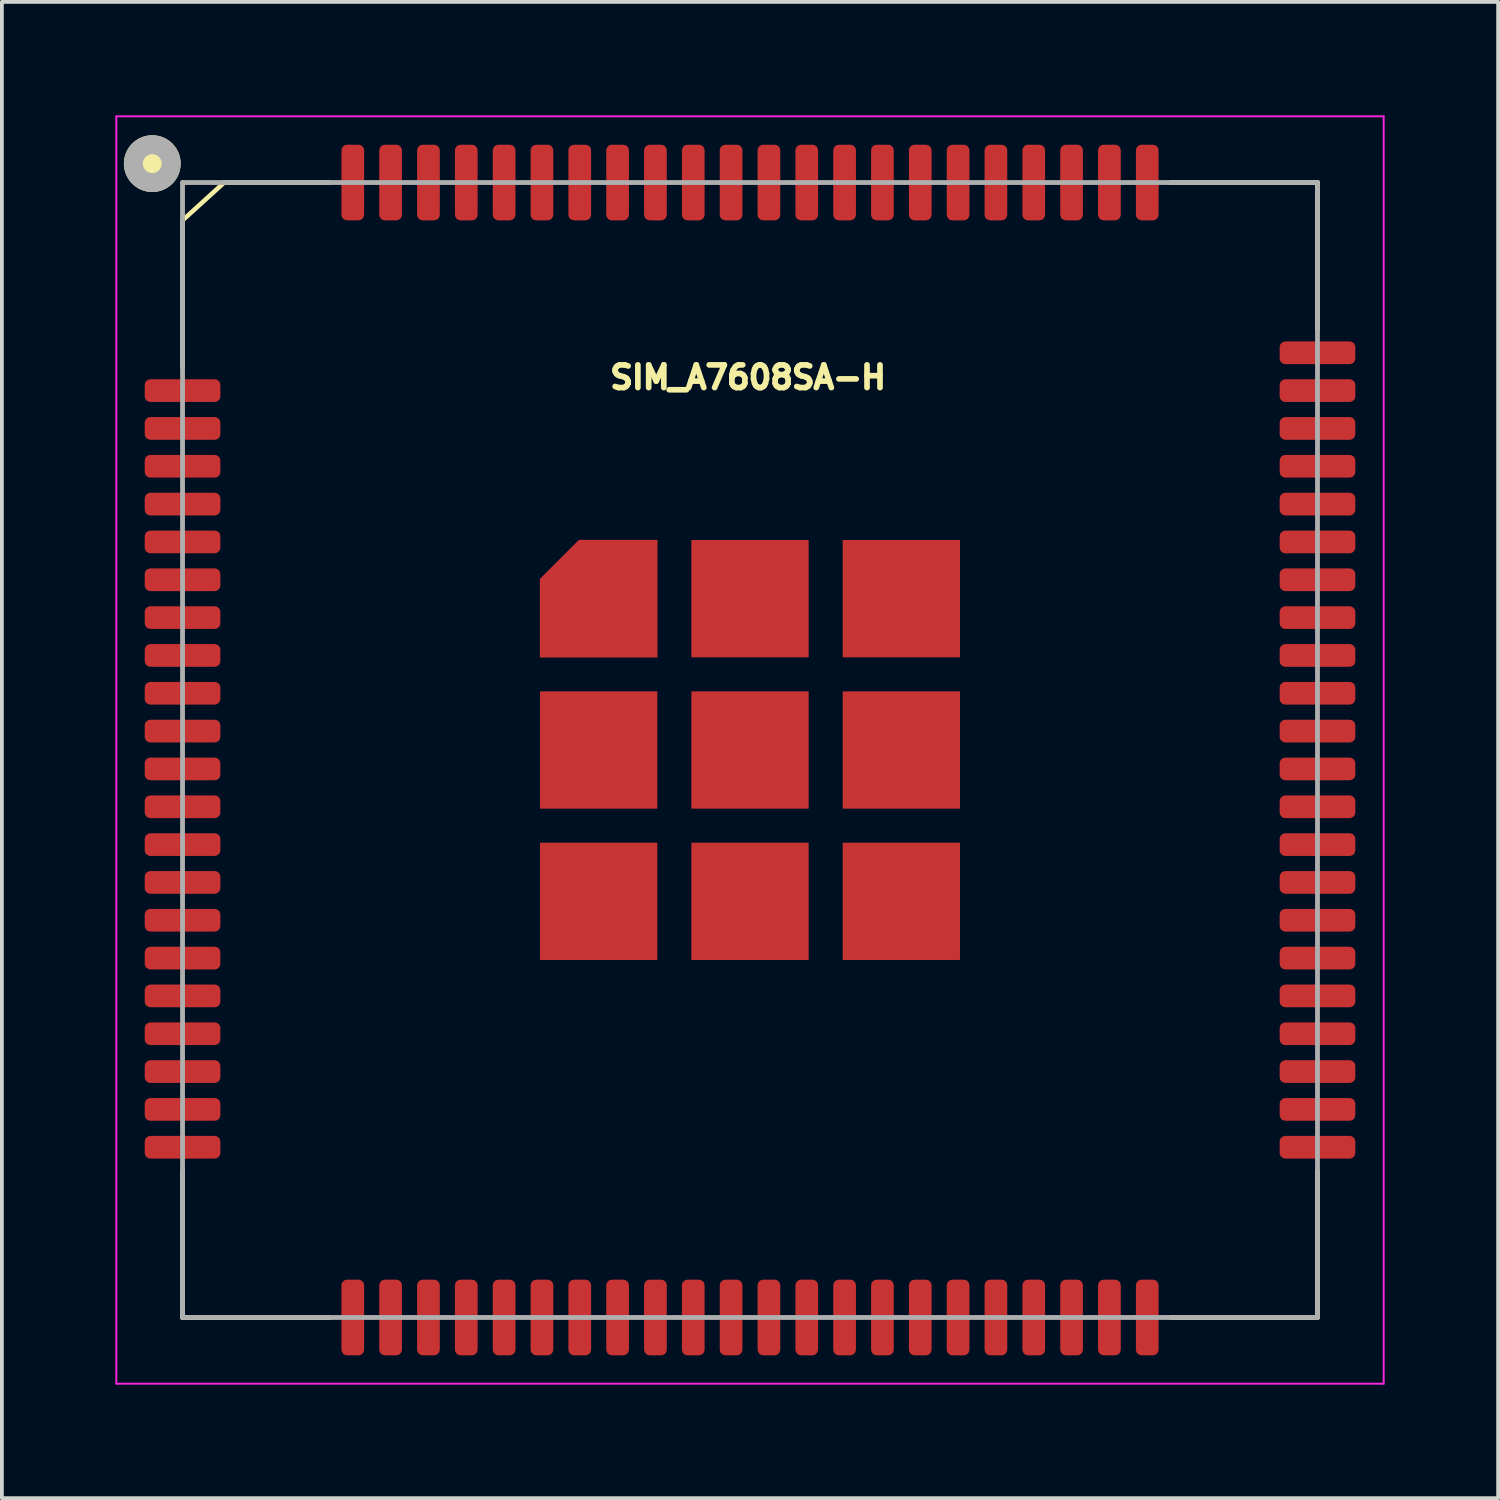
<source format=kicad_pcb>
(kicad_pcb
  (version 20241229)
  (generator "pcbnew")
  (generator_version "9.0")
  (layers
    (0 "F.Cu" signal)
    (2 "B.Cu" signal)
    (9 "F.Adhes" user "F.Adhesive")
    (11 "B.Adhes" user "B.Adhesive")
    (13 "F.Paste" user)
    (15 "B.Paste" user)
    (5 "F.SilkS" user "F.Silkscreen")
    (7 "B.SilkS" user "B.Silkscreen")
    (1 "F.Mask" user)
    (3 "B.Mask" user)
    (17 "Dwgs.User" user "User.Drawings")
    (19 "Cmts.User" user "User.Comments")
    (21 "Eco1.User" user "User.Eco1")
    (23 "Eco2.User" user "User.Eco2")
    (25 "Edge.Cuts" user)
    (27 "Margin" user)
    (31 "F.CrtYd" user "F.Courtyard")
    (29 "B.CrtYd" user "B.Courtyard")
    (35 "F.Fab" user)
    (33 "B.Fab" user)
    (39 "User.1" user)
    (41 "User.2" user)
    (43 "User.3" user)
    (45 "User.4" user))
  (footprint "SIM_A7608SA-H"
    (layer "F.Cu")
    (at 16.775 16.775)
    (property "Reference" "SIM_A7608SA-H" (at -0.05 -9.85 0) (layer "F.SilkS") (effects (font (size 0.6 0.6) (thickness 0.15))))
    (attr smd)
    (fp_line (start -15 -10.12) (end -15 -14) (stroke (width 0.127) (type solid)) (layer "F.SilkS"))
    (fp_line (start -15 15) (end -15 11.12) (stroke (width 0.127) (type solid)) (layer "F.SilkS"))
    (fp_line (start -13.9 -15) (end -15 -14) (stroke (width 0.12) (type solid)) (layer "F.SilkS"))
    (fp_line (start -13.9 -15) (end -11.12 -15) (stroke (width 0.127) (type solid)) (layer "F.SilkS"))
    (fp_line (start -11.12 15) (end -15 15) (stroke (width 0.127) (type solid)) (layer "F.SilkS"))
    (fp_line (start 11.12 -15) (end 15 -15) (stroke (width 0.127) (type solid)) (layer "F.SilkS"))
    (fp_line (start 15 -15) (end 15 -11.12) (stroke (width 0.127) (type solid)) (layer "F.SilkS"))
    (fp_line (start 15 15) (end 11.12 15) (stroke (width 0.127) (type solid)) (layer "F.SilkS"))
    (fp_line (start 15 15) (end 15 11.12) (stroke (width 0.127) (type solid)) (layer "F.SilkS"))
    (fp_circle (center -15.8 -15.5) (end -15.3 -15.5) (stroke (width 0.5) (type solid)) (fill yes) (layer "F.SilkS"))
    (fp_poly (pts (xy -16.5 -9.75) (xy -14 -9.75) (xy -14 -9.25) (xy -16.5 -9.25)) (stroke (width 0.01) (type solid)) (fill yes) (layer "F.Paste"))
    (fp_poly (pts (xy -16.5 -8.75) (xy -14 -8.75) (xy -14 -8.25) (xy -16.5 -8.25)) (stroke (width 0.01) (type solid)) (fill yes) (layer "F.Paste"))
    (fp_poly (pts (xy -16.5 -7.75) (xy -14 -7.75) (xy -14 -7.25) (xy -16.5 -7.25)) (stroke (width 0.01) (type solid)) (fill yes) (layer "F.Paste"))
    (fp_poly (pts (xy -16.5 -6.75) (xy -14 -6.75) (xy -14 -6.25) (xy -16.5 -6.25)) (stroke (width 0.01) (type solid)) (fill yes) (layer "F.Paste"))
    (fp_poly (pts (xy -16.5 -5.75) (xy -14 -5.75) (xy -14 -5.25) (xy -16.5 -5.25)) (stroke (width 0.01) (type solid)) (fill yes) (layer "F.Paste"))
    (fp_poly (pts (xy -16.5 -4.75) (xy -14 -4.75) (xy -14 -4.25) (xy -16.5 -4.25)) (stroke (width 0.01) (type solid)) (fill yes) (layer "F.Paste"))
    (fp_poly (pts (xy -16.5 -3.75) (xy -14 -3.75) (xy -14 -3.25) (xy -16.5 -3.25)) (stroke (width 0.01) (type solid)) (fill yes) (layer "F.Paste"))
    (fp_poly (pts (xy -16.5 -2.75) (xy -14 -2.75) (xy -14 -2.25) (xy -16.5 -2.25)) (stroke (width 0.01) (type solid)) (fill yes) (layer "F.Paste"))
    (fp_poly (pts (xy -16.5 -1.75) (xy -14 -1.75) (xy -14 -1.25) (xy -16.5 -1.25)) (stroke (width 0.01) (type solid)) (fill yes) (layer "F.Paste"))
    (fp_poly (pts (xy -16.5 -0.75) (xy -14 -0.75) (xy -14 -0.25) (xy -16.5 -0.25)) (stroke (width 0.01) (type solid)) (fill yes) (layer "F.Paste"))
    (fp_poly (pts (xy -16.5 0.25) (xy -14 0.25) (xy -14 0.75) (xy -16.5 0.75)) (stroke (width 0.01) (type solid)) (fill yes) (layer "F.Paste"))
    (fp_poly (pts (xy -16.5 1.25) (xy -14 1.25) (xy -14 1.75) (xy -16.5 1.75)) (stroke (width 0.01) (type solid)) (fill yes) (layer "F.Paste"))
    (fp_poly (pts (xy -16.5 2.25) (xy -14 2.25) (xy -14 2.75) (xy -16.5 2.75)) (stroke (width 0.01) (type solid)) (fill yes) (layer "F.Paste"))
    (fp_poly (pts (xy -16.5 3.25) (xy -14 3.25) (xy -14 3.75) (xy -16.5 3.75)) (stroke (width 0.01) (type solid)) (fill yes) (layer "F.Paste"))
    (fp_poly (pts (xy -16.5 4.25) (xy -14 4.25) (xy -14 4.75) (xy -16.5 4.75)) (stroke (width 0.01) (type solid)) (fill yes) (layer "F.Paste"))
    (fp_poly (pts (xy -16.5 5.25) (xy -14 5.25) (xy -14 5.75) (xy -16.5 5.75)) (stroke (width 0.01) (type solid)) (fill yes) (layer "F.Paste"))
    (fp_poly (pts (xy -16.5 6.25) (xy -14 6.25) (xy -14 6.75) (xy -16.5 6.75)) (stroke (width 0.01) (type solid)) (fill yes) (layer "F.Paste"))
    (fp_poly (pts (xy -16.5 7.25) (xy -14 7.25) (xy -14 7.75) (xy -16.5 7.75)) (stroke (width 0.01) (type solid)) (fill yes) (layer "F.Paste"))
    (fp_poly (pts (xy -16.5 8.25) (xy -14 8.25) (xy -14 8.75) (xy -16.5 8.75)) (stroke (width 0.01) (type solid)) (fill yes) (layer "F.Paste"))
    (fp_poly (pts (xy -16.5 9.25) (xy -14 9.25) (xy -14 9.75) (xy -16.5 9.75)) (stroke (width 0.01) (type solid)) (fill yes) (layer "F.Paste"))
    (fp_poly (pts (xy -16.5 10.25) (xy -14 10.25) (xy -14 10.75) (xy -16.5 10.75)) (stroke (width 0.01) (type solid)) (fill yes) (layer "F.Paste"))
    (fp_poly (pts (xy -10.75 -16.5) (xy -10.25 -16.5) (xy -10.25 -14) (xy -10.75 -14)) (stroke (width 0.01) (type solid)) (fill yes) (layer "F.Paste"))
    (fp_poly (pts (xy -10.75 14) (xy -10.25 14) (xy -10.25 16.5) (xy -10.75 16.5)) (stroke (width 0.01) (type solid)) (fill yes) (layer "F.Paste"))
    (fp_poly (pts (xy -9.75 -16.5) (xy -9.25 -16.5) (xy -9.25 -14) (xy -9.75 -14)) (stroke (width 0.01) (type solid)) (fill yes) (layer "F.Paste"))
    (fp_poly (pts (xy -9.75 14) (xy -9.25 14) (xy -9.25 16.5) (xy -9.75 16.5)) (stroke (width 0.01) (type solid)) (fill yes) (layer "F.Paste"))
    (fp_poly (pts (xy -8.75 -16.5) (xy -8.25 -16.5) (xy -8.25 -14) (xy -8.75 -14)) (stroke (width 0.01) (type solid)) (fill yes) (layer "F.Paste"))
    (fp_poly (pts (xy -8.75 14) (xy -8.25 14) (xy -8.25 16.5) (xy -8.75 16.5)) (stroke (width 0.01) (type solid)) (fill yes) (layer "F.Paste"))
    (fp_poly (pts (xy -7.75 -16.5) (xy -7.25 -16.5) (xy -7.25 -14) (xy -7.75 -14)) (stroke (width 0.01) (type solid)) (fill yes) (layer "F.Paste"))
    (fp_poly (pts (xy -7.75 14) (xy -7.25 14) (xy -7.25 16.5) (xy -7.75 16.5)) (stroke (width 0.01) (type solid)) (fill yes) (layer "F.Paste"))
    (fp_poly (pts (xy -6.75 -16.5) (xy -6.25 -16.5) (xy -6.25 -14) (xy -6.75 -14)) (stroke (width 0.01) (type solid)) (fill yes) (layer "F.Paste"))
    (fp_poly (pts (xy -6.75 14) (xy -6.25 14) (xy -6.25 16.5) (xy -6.75 16.5)) (stroke (width 0.01) (type solid)) (fill yes) (layer "F.Paste"))
    (fp_poly (pts (xy -5.75 -16.5) (xy -5.25 -16.5) (xy -5.25 -14) (xy -5.75 -14)) (stroke (width 0.01) (type solid)) (fill yes) (layer "F.Paste"))
    (fp_poly (pts (xy -5.75 14) (xy -5.25 14) (xy -5.25 16.5) (xy -5.75 16.5)) (stroke (width 0.01) (type solid)) (fill yes) (layer "F.Paste"))
    (fp_poly (pts (xy -5.2 -1.2) (xy -4.1 -1.2) (xy -4.1 -0.1) (xy -5.2 -0.1)) (stroke (width 0.01) (type solid)) (fill yes) (layer "F.Paste"))
    (fp_poly (pts (xy -5.2 0.1) (xy -4.1 0.1) (xy -4.1 1.2) (xy -5.2 1.2)) (stroke (width 0.01) (type solid)) (fill yes) (layer "F.Paste"))
    (fp_poly (pts (xy -5.2 2.8) (xy -4.1 2.8) (xy -4.1 3.9) (xy -5.2 3.9)) (stroke (width 0.01) (type solid)) (fill yes) (layer "F.Paste"))
    (fp_poly (pts (xy -5.2 4.1) (xy -4.1 4.1) (xy -4.1 5.2) (xy -5.2 5.2)) (stroke (width 0.01) (type solid)) (fill yes) (layer "F.Paste"))
    (fp_poly (pts (xy -4.75 -16.5) (xy -4.25 -16.5) (xy -4.25 -14) (xy -4.75 -14)) (stroke (width 0.01) (type solid)) (fill yes) (layer "F.Paste"))
    (fp_poly (pts (xy -4.75 14) (xy -4.25 14) (xy -4.25 16.5) (xy -4.75 16.5)) (stroke (width 0.01) (type solid)) (fill yes) (layer "F.Paste"))
    (fp_poly (pts (xy -3.9 -1.2) (xy -2.8 -1.2) (xy -2.8 -0.1) (xy -3.9 -0.1)) (stroke (width 0.01) (type solid)) (fill yes) (layer "F.Paste"))
    (fp_poly (pts (xy -3.9 0.1) (xy -2.8 0.1) (xy -2.8 1.2) (xy -3.9 1.2)) (stroke (width 0.01) (type solid)) (fill yes) (layer "F.Paste"))
    (fp_poly (pts (xy -3.9 2.8) (xy -2.8 2.8) (xy -2.8 3.9) (xy -3.9 3.9)) (stroke (width 0.01) (type solid)) (fill yes) (layer "F.Paste"))
    (fp_poly (pts (xy -3.9 4.1) (xy -2.8 4.1) (xy -2.8 5.2) (xy -3.9 5.2)) (stroke (width 0.01) (type solid)) (fill yes) (layer "F.Paste"))
    (fp_poly (pts (xy -3.75 -16.5) (xy -3.25 -16.5) (xy -3.25 -14) (xy -3.75 -14)) (stroke (width 0.01) (type solid)) (fill yes) (layer "F.Paste"))
    (fp_poly (pts (xy -3.75 14) (xy -3.25 14) (xy -3.25 16.5) (xy -3.75 16.5)) (stroke (width 0.01) (type solid)) (fill yes) (layer "F.Paste"))
    (fp_poly (pts (xy -2.75 -16.5) (xy -2.25 -16.5) (xy -2.25 -14) (xy -2.75 -14)) (stroke (width 0.01) (type solid)) (fill yes) (layer "F.Paste"))
    (fp_poly (pts (xy -2.75 14) (xy -2.25 14) (xy -2.25 16.5) (xy -2.75 16.5)) (stroke (width 0.01) (type solid)) (fill yes) (layer "F.Paste"))
    (fp_poly (pts (xy -1.75 -16.5) (xy -1.25 -16.5) (xy -1.25 -14) (xy -1.75 -14)) (stroke (width 0.01) (type solid)) (fill yes) (layer "F.Paste"))
    (fp_poly (pts (xy -1.75 14) (xy -1.25 14) (xy -1.25 16.5) (xy -1.75 16.5)) (stroke (width 0.01) (type solid)) (fill yes) (layer "F.Paste"))
    (fp_poly (pts (xy -1.2 -5.2) (xy -0.1 -5.2) (xy -0.1 -4.1) (xy -1.2 -4.1)) (stroke (width 0.01) (type solid)) (fill yes) (layer "F.Paste"))
    (fp_poly (pts (xy -1.2 -3.9) (xy -0.1 -3.9) (xy -0.1 -2.8) (xy -1.2 -2.8)) (stroke (width 0.01) (type solid)) (fill yes) (layer "F.Paste"))
    (fp_poly (pts (xy -1.2 -1.2) (xy -0.1 -1.2) (xy -0.1 -0.1) (xy -1.2 -0.1)) (stroke (width 0.01) (type solid)) (fill yes) (layer "F.Paste"))
    (fp_poly (pts (xy -1.2 0.1) (xy -0.1 0.1) (xy -0.1 1.2) (xy -1.2 1.2)) (stroke (width 0.01) (type solid)) (fill yes) (layer "F.Paste"))
    (fp_poly (pts (xy -1.2 2.8) (xy -0.1 2.8) (xy -0.1 3.9) (xy -1.2 3.9)) (stroke (width 0.01) (type solid)) (fill yes) (layer "F.Paste"))
    (fp_poly (pts (xy -1.2 4.1) (xy -0.1 4.1) (xy -0.1 5.2) (xy -1.2 5.2)) (stroke (width 0.01) (type solid)) (fill yes) (layer "F.Paste"))
    (fp_poly (pts (xy -0.75 -16.5) (xy -0.25 -16.5) (xy -0.25 -14) (xy -0.75 -14)) (stroke (width 0.01) (type solid)) (fill yes) (layer "F.Paste"))
    (fp_poly (pts (xy -0.75 14) (xy -0.25 14) (xy -0.25 16.5) (xy -0.75 16.5)) (stroke (width 0.01) (type solid)) (fill yes) (layer "F.Paste"))
    (fp_poly (pts (xy 0.1 -5.2) (xy 1.2 -5.2) (xy 1.2 -4.1) (xy 0.1 -4.1)) (stroke (width 0.01) (type solid)) (fill yes) (layer "F.Paste"))
    (fp_poly (pts (xy 0.1 -3.9) (xy 1.2 -3.9) (xy 1.2 -2.8) (xy 0.1 -2.8)) (stroke (width 0.01) (type solid)) (fill yes) (layer "F.Paste"))
    (fp_poly (pts (xy 0.1 -1.2) (xy 1.2 -1.2) (xy 1.2 -0.1) (xy 0.1 -0.1)) (stroke (width 0.01) (type solid)) (fill yes) (layer "F.Paste"))
    (fp_poly (pts (xy 0.1 0.1) (xy 1.2 0.1) (xy 1.2 1.2) (xy 0.1 1.2)) (stroke (width 0.01) (type solid)) (fill yes) (layer "F.Paste"))
    (fp_poly (pts (xy 0.1 2.8) (xy 1.2 2.8) (xy 1.2 3.9) (xy 0.1 3.9)) (stroke (width 0.01) (type solid)) (fill yes) (layer "F.Paste"))
    (fp_poly (pts (xy 0.1 4.1) (xy 1.2 4.1) (xy 1.2 5.2) (xy 0.1 5.2)) (stroke (width 0.01) (type solid)) (fill yes) (layer "F.Paste"))
    (fp_poly (pts (xy 0.25 -16.5) (xy 0.75 -16.5) (xy 0.75 -14) (xy 0.25 -14)) (stroke (width 0.01) (type solid)) (fill yes) (layer "F.Paste"))
    (fp_poly (pts (xy 0.25 14) (xy 0.75 14) (xy 0.75 16.5) (xy 0.25 16.5)) (stroke (width 0.01) (type solid)) (fill yes) (layer "F.Paste"))
    (fp_poly (pts (xy 1.25 -16.5) (xy 1.75 -16.5) (xy 1.75 -14) (xy 1.25 -14)) (stroke (width 0.01) (type solid)) (fill yes) (layer "F.Paste"))
    (fp_poly (pts (xy 1.25 14) (xy 1.75 14) (xy 1.75 16.5) (xy 1.25 16.5)) (stroke (width 0.01) (type solid)) (fill yes) (layer "F.Paste"))
    (fp_poly (pts (xy 2.25 -16.5) (xy 2.75 -16.5) (xy 2.75 -14) (xy 2.25 -14)) (stroke (width 0.01) (type solid)) (fill yes) (layer "F.Paste"))
    (fp_poly (pts (xy 2.25 14) (xy 2.75 14) (xy 2.75 16.5) (xy 2.25 16.5)) (stroke (width 0.01) (type solid)) (fill yes) (layer "F.Paste"))
    (fp_poly (pts (xy 2.8 -5.2) (xy 3.9 -5.2) (xy 3.9 -4.1) (xy 2.8 -4.1)) (stroke (width 0.01) (type solid)) (fill yes) (layer "F.Paste"))
    (fp_poly (pts (xy 2.8 -3.9) (xy 3.9 -3.9) (xy 3.9 -2.8) (xy 2.8 -2.8)) (stroke (width 0.01) (type solid)) (fill yes) (layer "F.Paste"))
    (fp_poly (pts (xy 2.8 -1.2) (xy 3.9 -1.2) (xy 3.9 -0.1) (xy 2.8 -0.1)) (stroke (width 0.01) (type solid)) (fill yes) (layer "F.Paste"))
    (fp_poly (pts (xy 2.8 0.1) (xy 3.9 0.1) (xy 3.9 1.2) (xy 2.8 1.2)) (stroke (width 0.01) (type solid)) (fill yes) (layer "F.Paste"))
    (fp_poly (pts (xy 2.8 2.8) (xy 3.9 2.8) (xy 3.9 3.9) (xy 2.8 3.9)) (stroke (width 0.01) (type solid)) (fill yes) (layer "F.Paste"))
    (fp_poly (pts (xy 2.8 4.1) (xy 3.9 4.1) (xy 3.9 5.2) (xy 2.8 5.2)) (stroke (width 0.01) (type solid)) (fill yes) (layer "F.Paste"))
    (fp_poly (pts (xy 3.25 -16.5) (xy 3.75 -16.5) (xy 3.75 -14) (xy 3.25 -14)) (stroke (width 0.01) (type solid)) (fill yes) (layer "F.Paste"))
    (fp_poly (pts (xy 3.25 14) (xy 3.75 14) (xy 3.75 16.5) (xy 3.25 16.5)) (stroke (width 0.01) (type solid)) (fill yes) (layer "F.Paste"))
    (fp_poly (pts (xy 4.1 -5.2) (xy 5.2 -5.2) (xy 5.2 -4.1) (xy 4.1 -4.1)) (stroke (width 0.01) (type solid)) (fill yes) (layer "F.Paste"))
    (fp_poly (pts (xy 4.1 -3.9) (xy 5.2 -3.9) (xy 5.2 -2.8) (xy 4.1 -2.8)) (stroke (width 0.01) (type solid)) (fill yes) (layer "F.Paste"))
    (fp_poly (pts (xy 4.1 -1.2) (xy 5.2 -1.2) (xy 5.2 -0.1) (xy 4.1 -0.1)) (stroke (width 0.01) (type solid)) (fill yes) (layer "F.Paste"))
    (fp_poly (pts (xy 4.1 0.1) (xy 5.2 0.1) (xy 5.2 1.2) (xy 4.1 1.2)) (stroke (width 0.01) (type solid)) (fill yes) (layer "F.Paste"))
    (fp_poly (pts (xy 4.1 2.8) (xy 5.2 2.8) (xy 5.2 3.9) (xy 4.1 3.9)) (stroke (width 0.01) (type solid)) (fill yes) (layer "F.Paste"))
    (fp_poly (pts (xy 4.1 4.1) (xy 5.2 4.1) (xy 5.2 5.2) (xy 4.1 5.2)) (stroke (width 0.01) (type solid)) (fill yes) (layer "F.Paste"))
    (fp_poly (pts (xy 4.25 -16.5) (xy 4.75 -16.5) (xy 4.75 -14) (xy 4.25 -14)) (stroke (width 0.01) (type solid)) (fill yes) (layer "F.Paste"))
    (fp_poly (pts (xy 4.25 14) (xy 4.75 14) (xy 4.75 16.5) (xy 4.25 16.5)) (stroke (width 0.01) (type solid)) (fill yes) (layer "F.Paste"))
    (fp_poly (pts (xy 5.25 -16.5) (xy 5.75 -16.5) (xy 5.75 -14) (xy 5.25 -14)) (stroke (width 0.01) (type solid)) (fill yes) (layer "F.Paste"))
    (fp_poly (pts (xy 5.25 14) (xy 5.75 14) (xy 5.75 16.5) (xy 5.25 16.5)) (stroke (width 0.01) (type solid)) (fill yes) (layer "F.Paste"))
    (fp_poly (pts (xy 6.25 -16.5) (xy 6.75 -16.5) (xy 6.75 -14) (xy 6.25 -14)) (stroke (width 0.01) (type solid)) (fill yes) (layer "F.Paste"))
    (fp_poly (pts (xy 6.25 14) (xy 6.75 14) (xy 6.75 16.5) (xy 6.25 16.5)) (stroke (width 0.01) (type solid)) (fill yes) (layer "F.Paste"))
    (fp_poly (pts (xy 7.25 -16.5) (xy 7.75 -16.5) (xy 7.75 -14) (xy 7.25 -14)) (stroke (width 0.01) (type solid)) (fill yes) (layer "F.Paste"))
    (fp_poly (pts (xy 7.25 14) (xy 7.75 14) (xy 7.75 16.5) (xy 7.25 16.5)) (stroke (width 0.01) (type solid)) (fill yes) (layer "F.Paste"))
    (fp_poly (pts (xy 8.25 -16.5) (xy 8.75 -16.5) (xy 8.75 -14) (xy 8.25 -14)) (stroke (width 0.01) (type solid)) (fill yes) (layer "F.Paste"))
    (fp_poly (pts (xy 8.25 14) (xy 8.75 14) (xy 8.75 16.5) (xy 8.25 16.5)) (stroke (width 0.01) (type solid)) (fill yes) (layer "F.Paste"))
    (fp_poly (pts (xy 9.25 -16.5) (xy 9.75 -16.5) (xy 9.75 -14) (xy 9.25 -14)) (stroke (width 0.01) (type solid)) (fill yes) (layer "F.Paste"))
    (fp_poly (pts (xy 9.25 14) (xy 9.75 14) (xy 9.75 16.5) (xy 9.25 16.5)) (stroke (width 0.01) (type solid)) (fill yes) (layer "F.Paste"))
    (fp_poly (pts (xy 10.25 -16.5) (xy 10.75 -16.5) (xy 10.75 -14) (xy 10.25 -14)) (stroke (width 0.01) (type solid)) (fill yes) (layer "F.Paste"))
    (fp_poly (pts (xy 10.25 14) (xy 10.75 14) (xy 10.75 16.5) (xy 10.25 16.5)) (stroke (width 0.01) (type solid)) (fill yes) (layer "F.Paste"))
    (fp_poly (pts (xy 14 -10.75) (xy 16.5 -10.75) (xy 16.5 -10.25) (xy 14 -10.25)) (stroke (width 0.01) (type solid)) (fill yes) (layer "F.Paste"))
    (fp_poly (pts (xy 14 -9.75) (xy 16.5 -9.75) (xy 16.5 -9.25) (xy 14 -9.25)) (stroke (width 0.01) (type solid)) (fill yes) (layer "F.Paste"))
    (fp_poly (pts (xy 14 -8.75) (xy 16.5 -8.75) (xy 16.5 -8.25) (xy 14 -8.25)) (stroke (width 0.01) (type solid)) (fill yes) (layer "F.Paste"))
    (fp_poly (pts (xy 14 -7.75) (xy 16.5 -7.75) (xy 16.5 -7.25) (xy 14 -7.25)) (stroke (width 0.01) (type solid)) (fill yes) (layer "F.Paste"))
    (fp_poly (pts (xy 14 -6.75) (xy 16.5 -6.75) (xy 16.5 -6.25) (xy 14 -6.25)) (stroke (width 0.01) (type solid)) (fill yes) (layer "F.Paste"))
    (fp_poly (pts (xy 14 -5.75) (xy 16.5 -5.75) (xy 16.5 -5.25) (xy 14 -5.25)) (stroke (width 0.01) (type solid)) (fill yes) (layer "F.Paste"))
    (fp_poly (pts (xy 14 -4.75) (xy 16.5 -4.75) (xy 16.5 -4.25) (xy 14 -4.25)) (stroke (width 0.01) (type solid)) (fill yes) (layer "F.Paste"))
    (fp_poly (pts (xy 14 -3.75) (xy 16.5 -3.75) (xy 16.5 -3.25) (xy 14 -3.25)) (stroke (width 0.01) (type solid)) (fill yes) (layer "F.Paste"))
    (fp_poly (pts (xy 14 -2.75) (xy 16.5 -2.75) (xy 16.5 -2.25) (xy 14 -2.25)) (stroke (width 0.01) (type solid)) (fill yes) (layer "F.Paste"))
    (fp_poly (pts (xy 14 -1.75) (xy 16.5 -1.75) (xy 16.5 -1.25) (xy 14 -1.25)) (stroke (width 0.01) (type solid)) (fill yes) (layer "F.Paste"))
    (fp_poly (pts (xy 14 -0.75) (xy 16.5 -0.75) (xy 16.5 -0.25) (xy 14 -0.25)) (stroke (width 0.01) (type solid)) (fill yes) (layer "F.Paste"))
    (fp_poly (pts (xy 14 0.25) (xy 16.5 0.25) (xy 16.5 0.75) (xy 14 0.75)) (stroke (width 0.01) (type solid)) (fill yes) (layer "F.Paste"))
    (fp_poly (pts (xy 14 1.25) (xy 16.5 1.25) (xy 16.5 1.75) (xy 14 1.75)) (stroke (width 0.01) (type solid)) (fill yes) (layer "F.Paste"))
    (fp_poly (pts (xy 14 2.25) (xy 16.5 2.25) (xy 16.5 2.75) (xy 14 2.75)) (stroke (width 0.01) (type solid)) (fill yes) (layer "F.Paste"))
    (fp_poly (pts (xy 14 3.25) (xy 16.5 3.25) (xy 16.5 3.75) (xy 14 3.75)) (stroke (width 0.01) (type solid)) (fill yes) (layer "F.Paste"))
    (fp_poly (pts (xy 14 4.25) (xy 16.5 4.25) (xy 16.5 4.75) (xy 14 4.75)) (stroke (width 0.01) (type solid)) (fill yes) (layer "F.Paste"))
    (fp_poly (pts (xy 14 5.25) (xy 16.5 5.25) (xy 16.5 5.75) (xy 14 5.75)) (stroke (width 0.01) (type solid)) (fill yes) (layer "F.Paste"))
    (fp_poly (pts (xy 14 6.25) (xy 16.5 6.25) (xy 16.5 6.75) (xy 14 6.75)) (stroke (width 0.01) (type solid)) (fill yes) (layer "F.Paste"))
    (fp_poly (pts (xy 14 7.25) (xy 16.5 7.25) (xy 16.5 7.75) (xy 14 7.75)) (stroke (width 0.01) (type solid)) (fill yes) (layer "F.Paste"))
    (fp_poly (pts (xy 14 8.25) (xy 16.5 8.25) (xy 16.5 8.75) (xy 14 8.75)) (stroke (width 0.01) (type solid)) (fill yes) (layer "F.Paste"))
    (fp_poly (pts (xy 14 9.25) (xy 16.5 9.25) (xy 16.5 9.75) (xy 14 9.75)) (stroke (width 0.01) (type solid)) (fill yes) (layer "F.Paste"))
    (fp_poly (pts (xy 14 10.25) (xy 16.5 10.25) (xy 16.5 10.75) (xy 14 10.75)) (stroke (width 0.01) (type solid)) (fill yes) (layer "F.Paste"))
    (fp_line (start -16.75 -16.75) (end -16.75 16.75) (stroke (width 0.05) (type solid)) (layer "F.CrtYd"))
    (fp_line (start -16.75 16.75) (end 16.75 16.75) (stroke (width 0.05) (type solid)) (layer "F.CrtYd"))
    (fp_line (start 16.75 -16.75) (end -16.75 -16.75) (stroke (width 0.05) (type solid)) (layer "F.CrtYd"))
    (fp_line (start 16.75 16.75) (end 16.75 -16.75) (stroke (width 0.05) (type solid)) (layer "F.CrtYd"))
    (fp_line (start -15 -15) (end 15 -15) (stroke (width 0.127) (type solid)) (layer "F.Fab"))
    (fp_line (start -15 15) (end -15 -15) (stroke (width 0.127) (type solid)) (layer "F.Fab"))
    (fp_line (start 15 -15) (end 15 15) (stroke (width 0.127) (type solid)) (layer "F.Fab"))
    (fp_line (start 15 15) (end -15 15) (stroke (width 0.127) (type solid)) (layer "F.Fab"))
    (fp_circle (center -15.8 -15.5) (end -15.3 -15.5) (stroke (width 0.5) (type solid)) (fill no) (layer "F.Fab"))
    (pad "3" smd roundrect (at -15 -7.5) (size 2 0.6) (layers "F.Cu" "F.Mask") (roundrect_rratio 0.25))
    (pad "4" smd roundrect (at -15 -6.5) (size 2 0.6) (layers "F.Cu" "F.Mask") (roundrect_rratio 0.25))
    (pad "6" smd roundrect (at -15 -4.5) (size 2 0.6) (layers "F.Cu" "F.Mask") (roundrect_rratio 0.25))
    (pad "7" smd roundrect (at -15 -3.5) (size 2 0.6) (layers "F.Cu" "F.Mask") (roundrect_rratio 0.25))
    (pad "8" smd roundrect (at -15 -2.5) (size 2 0.6) (layers "F.Cu" "F.Mask") (roundrect_rratio 0.25))
    (pad "9" smd roundrect (at -15 -1.5) (size 2 0.6) (layers "F.Cu" "F.Mask") (roundrect_rratio 0.25))
    (pad "11" smd roundrect (at -15 0.5) (size 2 0.6) (layers "F.Cu" "F.Mask") (roundrect_rratio 0.25))
    (pad "12" smd roundrect (at -15 1.5) (size 2 0.6) (layers "F.Cu" "F.Mask") (roundrect_rratio 0.25))
    (pad "13" smd roundrect (at -15 2.5) (size 2 0.6) (layers "F.Cu" "F.Mask") (roundrect_rratio 0.25))
    (pad "15" smd roundrect (at -15 4.5) (size 2 0.6) (layers "F.Cu" "F.Mask") (roundrect_rratio 0.25))
    (pad "16" smd roundrect (at -15 5.5) (size 2 0.6) (layers "F.Cu" "F.Mask") (roundrect_rratio 0.25))
    (pad "17" smd roundrect (at -15 6.5) (size 2 0.6) (layers "F.Cu" "F.Mask") (roundrect_rratio 0.25))
    (pad "18" smd roundrect (at -15 7.5) (size 2 0.6) (layers "F.Cu" "F.Mask") (roundrect_rratio 0.25))
    (pad "19" smd roundrect (at -15 8.5) (size 2 0.6) (layers "F.Cu" "F.Mask") (roundrect_rratio 0.25))
    (pad "20" smd roundrect (at -15 9.5) (size 2 0.6) (layers "F.Cu" "F.Mask") (roundrect_rratio 0.25))
    (pad "21" smd roundrect (at -9.5 15) (size 0.6 2) (layers "F.Cu" "F.Mask") (roundrect_rratio 0.25))
    (pad "22" smd roundrect (at -8.5 15) (size 0.6 2) (layers "F.Cu" "F.Mask") (roundrect_rratio 0.25))
    (pad "23" smd roundrect (at -7.5 15) (size 0.6 2) (layers "F.Cu" "F.Mask") (roundrect_rratio 0.25))
    (pad "24" smd roundrect (at -6.5 15) (size 0.6 2) (layers "F.Cu" "F.Mask") (roundrect_rratio 0.25))
    (pad "25" smd roundrect (at -5.5 15) (size 0.6 2) (layers "F.Cu" "F.Mask") (roundrect_rratio 0.25))
    (pad "26" smd roundrect (at -4.5 15) (size 0.6 2) (layers "F.Cu" "F.Mask") (roundrect_rratio 0.25))
    (pad "27" smd roundrect (at -3.5 15) (size 0.6 2) (layers "F.Cu" "F.Mask") (roundrect_rratio 0.25))
    (pad "28" smd roundrect (at -2.5 15) (size 0.6 2) (layers "F.Cu" "F.Mask") (roundrect_rratio 0.25))
    (pad "29" smd roundrect (at -1.5 15) (size 0.6 2) (layers "F.Cu" "F.Mask") (roundrect_rratio 0.25))
    (pad "30" smd roundrect (at -0.5 15) (size 0.6 2) (layers "F.Cu" "F.Mask") (roundrect_rratio 0.25))
    (pad "31" smd roundrect (at 0.5 15) (size 0.6 2) (layers "F.Cu" "F.Mask") (roundrect_rratio 0.25))
    (pad "32" smd roundrect (at 1.5 15) (size 0.6 2) (layers "F.Cu" "F.Mask") (roundrect_rratio 0.25))
    (pad "33" smd roundrect (at 2.5 15) (size 0.6 2) (layers "F.Cu" "F.Mask") (roundrect_rratio 0.25))
    (pad "34" smd roundrect (at 3.5 15) (size 0.6 2) (layers "F.Cu" "F.Mask") (roundrect_rratio 0.25))
    (pad "35" smd roundrect (at 4.5 15) (size 0.6 2) (layers "F.Cu" "F.Mask") (roundrect_rratio 0.25))
    (pad "36" smd roundrect (at 5.5 15) (size 0.6 2) (layers "F.Cu" "F.Mask") (roundrect_rratio 0.25))
    (pad "38" smd roundrect (at 7.5 15) (size 0.6 2) (layers "F.Cu" "F.Mask") (roundrect_rratio 0.25))
    (pad "39" smd roundrect (at 8.5 15) (size 0.6 2) (layers "F.Cu" "F.Mask") (roundrect_rratio 0.25))
    (pad "42" smd roundrect (at 15 8.5) (size 2 0.6) (layers "F.Cu" "F.Mask") (roundrect_rratio 0.25))
    (pad "44" smd roundrect (at 15 6.5) (size 2 0.6) (layers "F.Cu" "F.Mask") (roundrect_rratio 0.25))
    (pad "45" smd roundrect (at 15 5.5) (size 2 0.6) (layers "F.Cu" "F.Mask") (roundrect_rratio 0.25))
    (pad "46" smd roundrect (at 15 4.5) (size 2 0.6) (layers "F.Cu" "F.Mask") (roundrect_rratio 0.25))
    (pad "47" smd roundrect (at 15 3.5) (size 2 0.6) (layers "F.Cu" "F.Mask") (roundrect_rratio 0.25))
    (pad "48" smd roundrect (at 15 2.5) (size 2 0.6) (layers "F.Cu" "F.Mask") (roundrect_rratio 0.25))
    (pad "49" smd roundrect (at 15 1.5) (size 2 0.6) (layers "F.Cu" "F.Mask") (roundrect_rratio 0.25))
    (pad "50" smd roundrect (at 15 0.5) (size 2 0.6) (layers "F.Cu" "F.Mask") (roundrect_rratio 0.25))
    (pad "51" smd roundrect (at 15 -0.5) (size 2 0.6) (layers "F.Cu" "F.Mask") (roundrect_rratio 0.25))
    (pad "52" smd roundrect (at 15 -1.5) (size 2 0.6) (layers "F.Cu" "F.Mask") (roundrect_rratio 0.25))
    (pad "53" smd roundrect (at 15 -2.5) (size 2 0.6) (layers "F.Cu" "F.Mask") (roundrect_rratio 0.25))
    (pad "54" smd roundrect (at 15 -3.5) (size 2 0.6) (layers "F.Cu" "F.Mask") (roundrect_rratio 0.25))
    (pad "55" smd roundrect (at 15 -4.5) (size 2 0.6) (layers "F.Cu" "F.Mask") (roundrect_rratio 0.25))
    (pad "56" smd roundrect (at 15 -5.5) (size 2 0.6) (layers "F.Cu" "F.Mask") (roundrect_rratio 0.25))
    (pad "59" smd roundrect (at 15 -8.5) (size 2 0.6) (layers "F.Cu" "F.Mask") (roundrect_rratio 0.25))
    (pad "62" smd roundrect (at 8.5 -15) (size 0.6 2) (layers "F.Cu" "F.Mask") (roundrect_rratio 0.25))
    (pad "63" smd roundrect (at 7.5 -15) (size 0.6 2) (layers "F.Cu" "F.Mask") (roundrect_rratio 0.25))
    (pad "66" smd roundrect (at 4.5 -15) (size 0.6 2) (layers "F.Cu" "F.Mask") (roundrect_rratio 0.25))
    (pad "67" smd roundrect (at 3.5 -15) (size 0.6 2) (layers "F.Cu" "F.Mask") (roundrect_rratio 0.25))
    (pad "68" smd roundrect (at 2.5 -15) (size 0.6 2) (layers "F.Cu" "F.Mask") (roundrect_rratio 0.25))
    (pad "69" smd roundrect (at 1.5 -15) (size 0.6 2) (layers "F.Cu" "F.Mask") (roundrect_rratio 0.25))
    (pad "70" smd roundrect (at 0.5 -15) (size 0.6 2) (layers "F.Cu" "F.Mask") (roundrect_rratio 0.25))
    (pad "71" smd roundrect (at -0.5 -15) (size 0.6 2) (layers "F.Cu" "F.Mask") (roundrect_rratio 0.25))
    (pad "72" smd roundrect (at -1.5 -15) (size 0.6 2) (layers "F.Cu" "F.Mask") (roundrect_rratio 0.25))
    (pad "73" smd roundrect (at -2.5 -15) (size 0.6 2) (layers "F.Cu" "F.Mask") (roundrect_rratio 0.25))
    (pad "74" smd roundrect (at -3.5 -15) (size 0.6 2) (layers "F.Cu" "F.Mask") (roundrect_rratio 0.25))
    (pad "75" smd roundrect (at -4.5 -15) (size 0.6 2) (layers "F.Cu" "F.Mask") (roundrect_rratio 0.25))
    (pad "76" smd roundrect (at -5.5 -15) (size 0.6 2) (layers "F.Cu" "F.Mask") (roundrect_rratio 0.25))
    (pad "79" smd roundrect (at -8.5 -15) (size 0.6 2) (layers "F.Cu" "F.Mask") (roundrect_rratio 0.25))
    (pad "82" smd roundrect (at 15 10.5) (size 2 0.6) (layers "F.Cu" "F.Mask") (roundrect_rratio 0.25))
    (pad "83" smd roundrect (at 10.5 15) (size 0.6 2) (layers "F.Cu" "F.Mask") (roundrect_rratio 0.25))
    (pad "84" smd roundrect (at -10.5 15) (size 0.6 2) (layers "F.Cu" "F.Mask") (roundrect_rratio 0.25))
    (pad "85" smd roundrect (at 15 -10.5) (size 2 0.6) (layers "F.Cu" "F.Mask") (roundrect_rratio 0.25))
    (pad "86" smd roundrect (at -10.5 -15) (size 0.6 2) (layers "F.Cu" "F.Mask") (roundrect_rratio 0.25))
    (pad "87" smd roundrect (at 10.5 -15) (size 0.6 2) (layers "F.Cu" "F.Mask") (roundrect_rratio 0.25))
    (pad "GND" smd roundrect (at -15 -9.5) (size 2 0.6) (layers "F.Cu" "F.Mask") (roundrect_rratio 0.25))
    (pad "GND" smd roundrect (at -15 -8.5) (size 2 0.6) (layers "F.Cu" "F.Mask") (roundrect_rratio 0.25))
    (pad "GND" smd roundrect (at -15 -5.5) (size 2 0.6) (layers "F.Cu" "F.Mask") (roundrect_rratio 0.25))
    (pad "GND" smd roundrect (at -15 -0.5) (size 2 0.6) (layers "F.Cu" "F.Mask") (roundrect_rratio 0.25))
    (pad "GND" smd roundrect (at -15 3.5) (size 2 0.6) (layers "F.Cu" "F.Mask") (roundrect_rratio 0.25))
    (pad "GND" smd roundrect (at -15 10.5) (size 2 0.6) (layers "F.Cu" "F.Mask") (roundrect_rratio 0.25))
    (pad "GND" smd roundrect (at -9.5 -15) (size 0.6 2) (layers "F.Cu" "F.Mask") (roundrect_rratio 0.25))
    (pad "GND" smd roundrect (at -7.5 -15) (size 0.6 2) (layers "F.Cu" "F.Mask") (roundrect_rratio 0.25))
    (pad "GND" smd roundrect (at -6.5 -15) (size 0.6 2) (layers "F.Cu" "F.Mask") (roundrect_rratio 0.25))
    (pad "GND" smd custom (at -4 -4) (size 1 1) (layers "F.Cu") (options (anchor rect)) (primitives (gr_poly (pts (xy 1.55 1.55) (xy -1.55 1.55) (xy -1.55 -0.52) (xy -0.52 -1.55) (xy 1.55 -1.55)) (width 0.01) (fill yes))))
    (pad "GND" smd rect (at -4 0) (size 3.1 3.1) (layers "F.Cu" "F.Mask"))
    (pad "GND" smd rect (at -4 4) (size 3.1 3.1) (layers "F.Cu" "F.Mask"))
    (pad "GND" smd rect (at 0 -4) (size 3.1 3.1) (layers "F.Cu" "F.Mask"))
    (pad "GND" smd rect (at 0 0) (size 3.1 3.1) (layers "F.Cu" "F.Mask"))
    (pad "GND" smd rect (at 0 4) (size 3.1 3.1) (layers "F.Cu" "F.Mask"))
    (pad "GND" smd rect (at 4 -4) (size 3.1 3.1) (layers "F.Cu" "F.Mask"))
    (pad "GND" smd rect (at 4 0) (size 3.1 3.1) (layers "F.Cu" "F.Mask"))
    (pad "GND" smd rect (at 4 4) (size 3.1 3.1) (layers "F.Cu" "F.Mask"))
    (pad "GND" smd roundrect (at 5.5 -15) (size 0.6 2) (layers "F.Cu" "F.Mask") (roundrect_rratio 0.25))
    (pad "GND" smd roundrect (at 6.5 -15) (size 0.6 2) (layers "F.Cu" "F.Mask") (roundrect_rratio 0.25))
    (pad "GND" smd roundrect (at 6.5 15) (size 0.6 2) (layers "F.Cu" "F.Mask") (roundrect_rratio 0.25))
    (pad "GND" smd roundrect (at 9.5 -15) (size 0.6 2) (layers "F.Cu" "F.Mask") (roundrect_rratio 0.25))
    (pad "GND" smd roundrect (at 9.5 15) (size 0.6 2) (layers "F.Cu" "F.Mask") (roundrect_rratio 0.25))
    (pad "GND" smd roundrect (at 15 -9.5) (size 2 0.6) (layers "F.Cu" "F.Mask") (roundrect_rratio 0.25))
    (pad "GND" smd roundrect (at 15 -7.5) (size 2 0.6) (layers "F.Cu" "F.Mask") (roundrect_rratio 0.25))
    (pad "GND" smd roundrect (at 15 -6.5) (size 2 0.6) (layers "F.Cu" "F.Mask") (roundrect_rratio 0.25))
    (pad "GND" smd roundrect (at 15 7.5) (size 2 0.6) (layers "F.Cu" "F.Mask") (roundrect_rratio 0.25))
    (pad "GND" smd roundrect (at 15 9.5) (size 2 0.6) (layers "F.Cu" "F.Mask") (roundrect_rratio 0.25)))
  (gr_rect
    (start -3 -3)
    (end 36.55 36.55)
    (stroke (width 0.1) (type default))
    (fill no)
    (layer "Edge.Cuts")))
</source>
